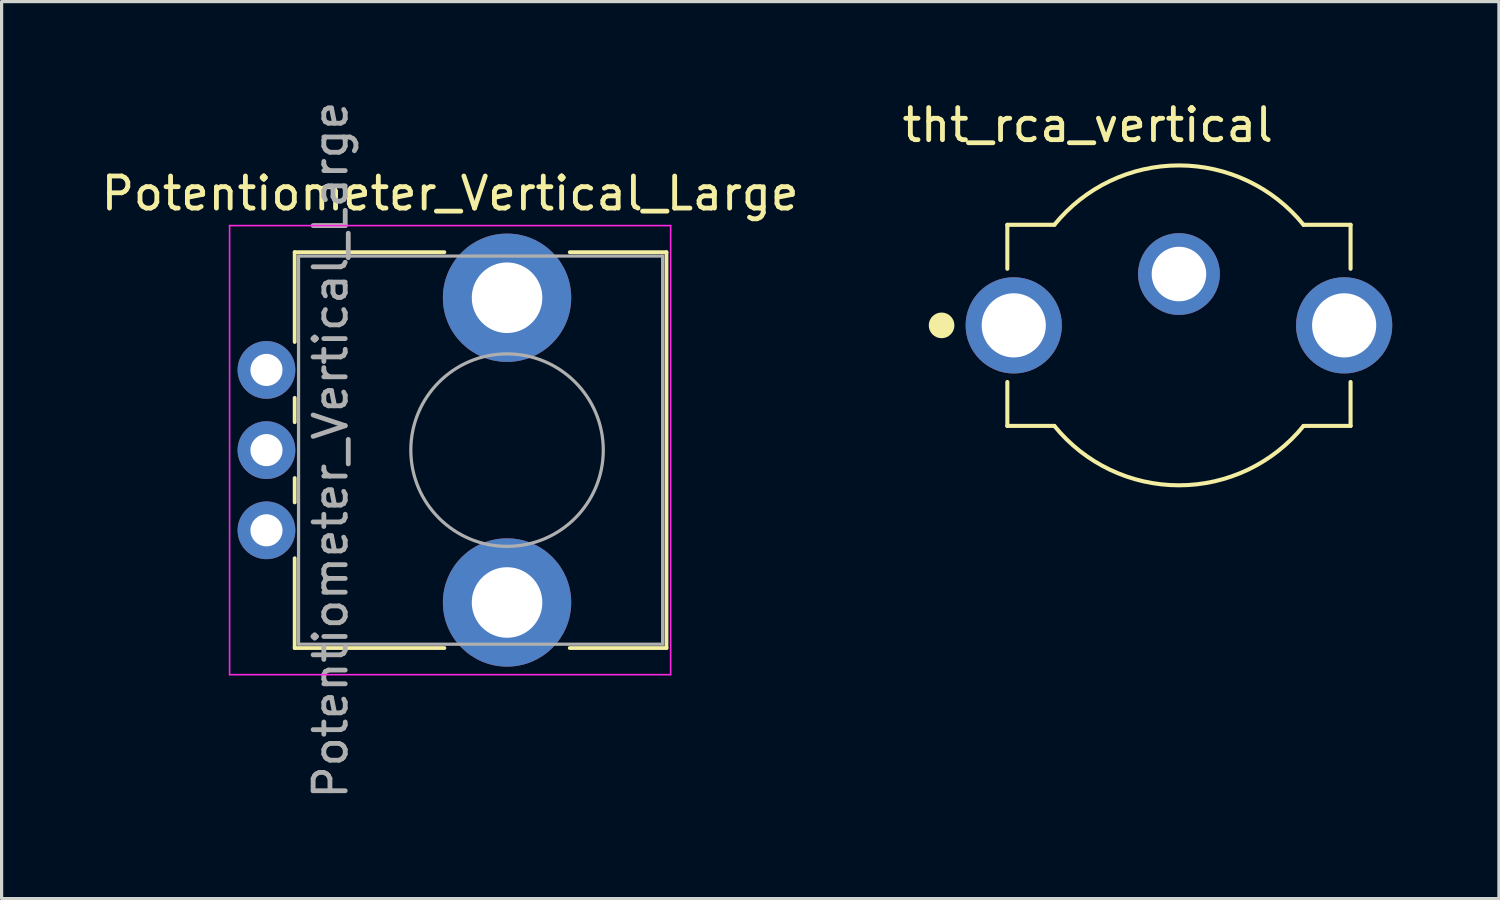
<source format=kicad_pcb>
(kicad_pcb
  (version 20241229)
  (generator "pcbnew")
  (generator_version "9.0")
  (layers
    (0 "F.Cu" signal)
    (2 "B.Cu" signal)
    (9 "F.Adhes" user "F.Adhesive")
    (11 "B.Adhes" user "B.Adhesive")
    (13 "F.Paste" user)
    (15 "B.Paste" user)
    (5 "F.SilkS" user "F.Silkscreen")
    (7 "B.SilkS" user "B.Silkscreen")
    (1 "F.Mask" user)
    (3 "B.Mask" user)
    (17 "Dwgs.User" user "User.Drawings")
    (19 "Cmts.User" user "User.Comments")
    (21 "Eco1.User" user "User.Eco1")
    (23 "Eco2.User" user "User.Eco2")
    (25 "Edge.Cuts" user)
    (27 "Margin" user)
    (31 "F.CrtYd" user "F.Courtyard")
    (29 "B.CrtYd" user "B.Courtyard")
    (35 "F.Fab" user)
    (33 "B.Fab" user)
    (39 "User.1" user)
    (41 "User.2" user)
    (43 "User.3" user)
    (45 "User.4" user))
  (footprint "tht_rca_vertical"
    (layer "F.Cu")
    (at 33.703 7.093)
    (property "Reference" "tht_rca_vertical" (at -2.844 -6.244 0) (layer "F.SilkS") (effects (font (size 1.001 1.001) (thickness 0.15))))
    (attr through_hole)
    (fp_line (start -5.35 -3.135) (end -5.35 -1.765) (stroke (width 0.127) (type solid)) (layer "F.SilkS"))
    (fp_line (start -5.35 1.765) (end -5.35 3.135) (stroke (width 0.127) (type solid)) (layer "F.SilkS"))
    (fp_line (start -3.884 -3.135) (end -5.35 -3.135) (stroke (width 0.127) (type solid)) (layer "F.SilkS"))
    (fp_line (start -3.884 3.135) (end -5.35 3.135) (stroke (width 0.127) (type solid)) (layer "F.SilkS"))
    (fp_line (start 5.35 -3.135) (end 3.884 -3.135) (stroke (width 0.127) (type solid)) (layer "F.SilkS"))
    (fp_line (start 5.35 -3.135) (end 5.35 -1.765) (stroke (width 0.127) (type solid)) (layer "F.SilkS"))
    (fp_line (start 5.35 1.765) (end 5.35 3.135) (stroke (width 0.127) (type solid)) (layer "F.SilkS"))
    (fp_line (start 5.35 3.135) (end 3.884 3.135) (stroke (width 0.127) (type solid)) (layer "F.SilkS"))
    (fp_arc (start -3.882076 -3.137372) (mid 0.001527 -4.986221) (end 3.884 -3.135) (stroke (width 0.127) (type solid)) (layer "F.SilkS"))
    (fp_arc (start 3.882076 3.137372) (mid -0.001527 4.986221) (end -3.884 3.135) (stroke (width 0.127) (type solid)) (layer "F.SilkS"))
    (fp_circle (center -7.4 0) (end -7.2 0) (stroke (width 0.4) (type solid)) (fill no) (layer "F.SilkS"))
    (fp_line (start -6.9 -1.7) (end -6.9 1.75) (stroke (width 0.05) (type solid)) (layer "Eco1.User"))
    (fp_line (start -6.9 1.75) (end -5.6 1.75) (stroke (width 0.05) (type solid)) (layer "Eco1.User"))
    (fp_line (start -5.6 -3.385) (end -5.605 -3.385) (stroke (width 0.05) (type solid)) (layer "Eco1.User"))
    (fp_line (start -5.6 -3.385) (end -5.6 -1.7) (stroke (width 0.05) (type solid)) (layer "Eco1.User"))
    (fp_line (start -5.6 -1.7) (end -6.9 -1.7) (stroke (width 0.05) (type solid)) (layer "Eco1.User"))
    (fp_line (start -5.6 1.75) (end -5.6 3.385) (stroke (width 0.05) (type solid)) (layer "Eco1.User"))
    (fp_line (start -3.903 -3.385) (end -5.6 -3.385) (stroke (width 0.05) (type solid)) (layer "Eco1.User"))
    (fp_line (start -3.901 3.385) (end -5.6 3.385) (stroke (width 0.05) (type solid)) (layer "Eco1.User"))
    (fp_line (start 5.6 -3.385) (end 3.895 -3.385) (stroke (width 0.05) (type solid)) (layer "Eco1.User"))
    (fp_line (start 5.6 -1.75) (end 5.6 -3.385) (stroke (width 0.05) (type solid)) (layer "Eco1.User"))
    (fp_line (start 5.6 -1.75) (end 6.95 -1.75) (stroke (width 0.05) (type solid)) (layer "Eco1.User"))
    (fp_line (start 5.6 3.385) (end 3.904 3.385) (stroke (width 0.05) (type solid)) (layer "Eco1.User"))
    (fp_line (start 5.6 3.385) (end 5.6 1.7) (stroke (width 0.05) (type solid)) (layer "Eco1.User"))
    (fp_line (start 6.95 -1.75) (end 6.95 1.7) (stroke (width 0.05) (type solid)) (layer "Eco1.User"))
    (fp_line (start 6.95 1.7) (end 5.6 1.7) (stroke (width 0.05) (type solid)) (layer "Eco1.User"))
    (fp_arc (start -3.901069 -3.387381) (mid -0.002467 -5.24337) (end 3.895 -3.385) (stroke (width 0.05) (type solid)) (layer "Eco1.User"))
    (fp_arc (start 3.895069 3.387381) (mid -0.003533 5.24337) (end -3.901 3.385) (stroke (width 0.05) (type solid)) (layer "Eco1.User"))
    (fp_line (start -5.35 -3.135) (end -5.35 3.135) (stroke (width 0.127) (type solid)) (layer "Eco2.User"))
    (fp_line (start -3.884 -3.135) (end -5.35 -3.135) (stroke (width 0.127) (type solid)) (layer "Eco2.User"))
    (fp_line (start -3.884 3.135) (end -5.35 3.135) (stroke (width 0.127) (type solid)) (layer "Eco2.User"))
    (fp_line (start 5.35 -3.135) (end 3.884 -3.135) (stroke (width 0.127) (type solid)) (layer "Eco2.User"))
    (fp_line (start 5.35 3.135) (end 3.884 3.135) (stroke (width 0.127) (type solid)) (layer "Eco2.User"))
    (fp_line (start 5.35 3.135) (end 5.35 -3.135) (stroke (width 0.127) (type solid)) (layer "Eco2.User"))
    (fp_arc (start -3.882076 -3.137372) (mid 0.001527 -4.986221) (end 3.884 -3.135) (stroke (width 0.127) (type solid)) (layer "Eco2.User"))
    (fp_arc (start 3.882076 3.137372) (mid -0.001527 4.986221) (end -3.884 3.135) (stroke (width 0.127) (type solid)) (layer "Eco2.User"))
    (pad "1" thru_hole circle (at 0 -1.6) (size 2.55 2.55) (drill 1.7) (layers "*.Cu" "*.Mask"))
    (pad "2" thru_hole circle (at -5.15 0) (size 3 3) (drill 2) (layers "*.Cu" "*.Mask"))
    (pad "2" thru_hole circle (at 5.15 0) (size 3 3) (drill 2) (layers "*.Cu" "*.Mask")))
  (footprint "Potentiometer_Vertical_Large"
    (layer "F.Cu")
    (at 5.257 13.482)
    (property "Reference" "Potentiometer_Vertical_Large" (at 5.725 -10.5 0) (layer "F.SilkS") (effects (font (size 1 1) (thickness 0.15))))
    (attr through_hole)
    (fp_line (start 0.88 -8.67) (end 0.88 -5.871) (stroke (width 0.12) (type solid)) (layer "F.SilkS"))
    (fp_line (start 0.88 -8.67) (end 5.546 -8.67) (stroke (width 0.12) (type solid)) (layer "F.SilkS"))
    (fp_line (start 0.88 -4.129) (end 0.88 -3.37) (stroke (width 0.12) (type solid)) (layer "F.SilkS"))
    (fp_line (start 0.88 -1.629) (end 0.88 -0.87) (stroke (width 0.12) (type solid)) (layer "F.SilkS"))
    (fp_line (start 0.88 0.87) (end 0.88 3.67) (stroke (width 0.12) (type solid)) (layer "F.SilkS"))
    (fp_line (start 0.88 3.67) (end 5.546 3.67) (stroke (width 0.12) (type solid)) (layer "F.SilkS"))
    (fp_line (start 9.455 -8.67) (end 12.47 -8.67) (stroke (width 0.12) (type solid)) (layer "F.SilkS"))
    (fp_line (start 9.455 3.67) (end 12.47 3.67) (stroke (width 0.12) (type solid)) (layer "F.SilkS"))
    (fp_line (start 12.47 -8.67) (end 12.47 3.67) (stroke (width 0.12) (type solid)) (layer "F.SilkS"))
    (fp_line (start -1.15 -9.5) (end -1.15 4.5) (stroke (width 0.05) (type solid)) (layer "F.CrtYd"))
    (fp_line (start -1.15 4.5) (end 12.6 4.5) (stroke (width 0.05) (type solid)) (layer "F.CrtYd"))
    (fp_line (start 12.6 -9.5) (end -1.15 -9.5) (stroke (width 0.05) (type solid)) (layer "F.CrtYd"))
    (fp_line (start 12.6 4.5) (end 12.6 -9.5) (stroke (width 0.05) (type solid)) (layer "F.CrtYd"))
    (fp_line (start 1 -8.55) (end 1 3.55) (stroke (width 0.1) (type solid)) (layer "F.Fab"))
    (fp_line (start 1 3.55) (end 12.35 3.55) (stroke (width 0.1) (type solid)) (layer "F.Fab"))
    (fp_line (start 12.35 -8.55) (end 1 -8.55) (stroke (width 0.1) (type solid)) (layer "F.Fab"))
    (fp_line (start 12.35 3.55) (end 12.35 -8.55) (stroke (width 0.1) (type solid)) (layer "F.Fab"))
    (fp_circle (center 7.5 -2.5) (end 10.5 -2.5) (stroke (width 0.1) (type solid)) (fill no) (layer "F.Fab"))
    (fp_text user "${REFERENCE}" (at 2 -2.5 90) (layer "F.Fab") (effects (font (size 1 1) (thickness 0.15))))
    (pad "" np_thru_hole circle (at 7.5 -7.25) (size 4 4) (drill 2.2) (layers "*.Cu" "*.Mask"))
    (pad "" np_thru_hole circle (at 7.5 2.25) (size 4 4) (drill 2.2) (layers "*.Cu" "*.Mask"))
    (pad "1" thru_hole circle (at 0 0) (size 1.8 1.8) (drill 1) (layers "*.Cu" "*.Mask"))
    (pad "2" thru_hole circle (at 0 -2.5) (size 1.8 1.8) (drill 1) (layers "*.Cu" "*.Mask"))
    (pad "3" thru_hole circle (at 0 -5) (size 1.8 1.8) (drill 1) (layers "*.Cu" "*.Mask")))
  (gr_rect
    (start -3 -3)
    (end 43.678 24.964)
    (stroke (width 0.1) (type default))
    (fill no)
    (layer "Edge.Cuts")))
</source>
